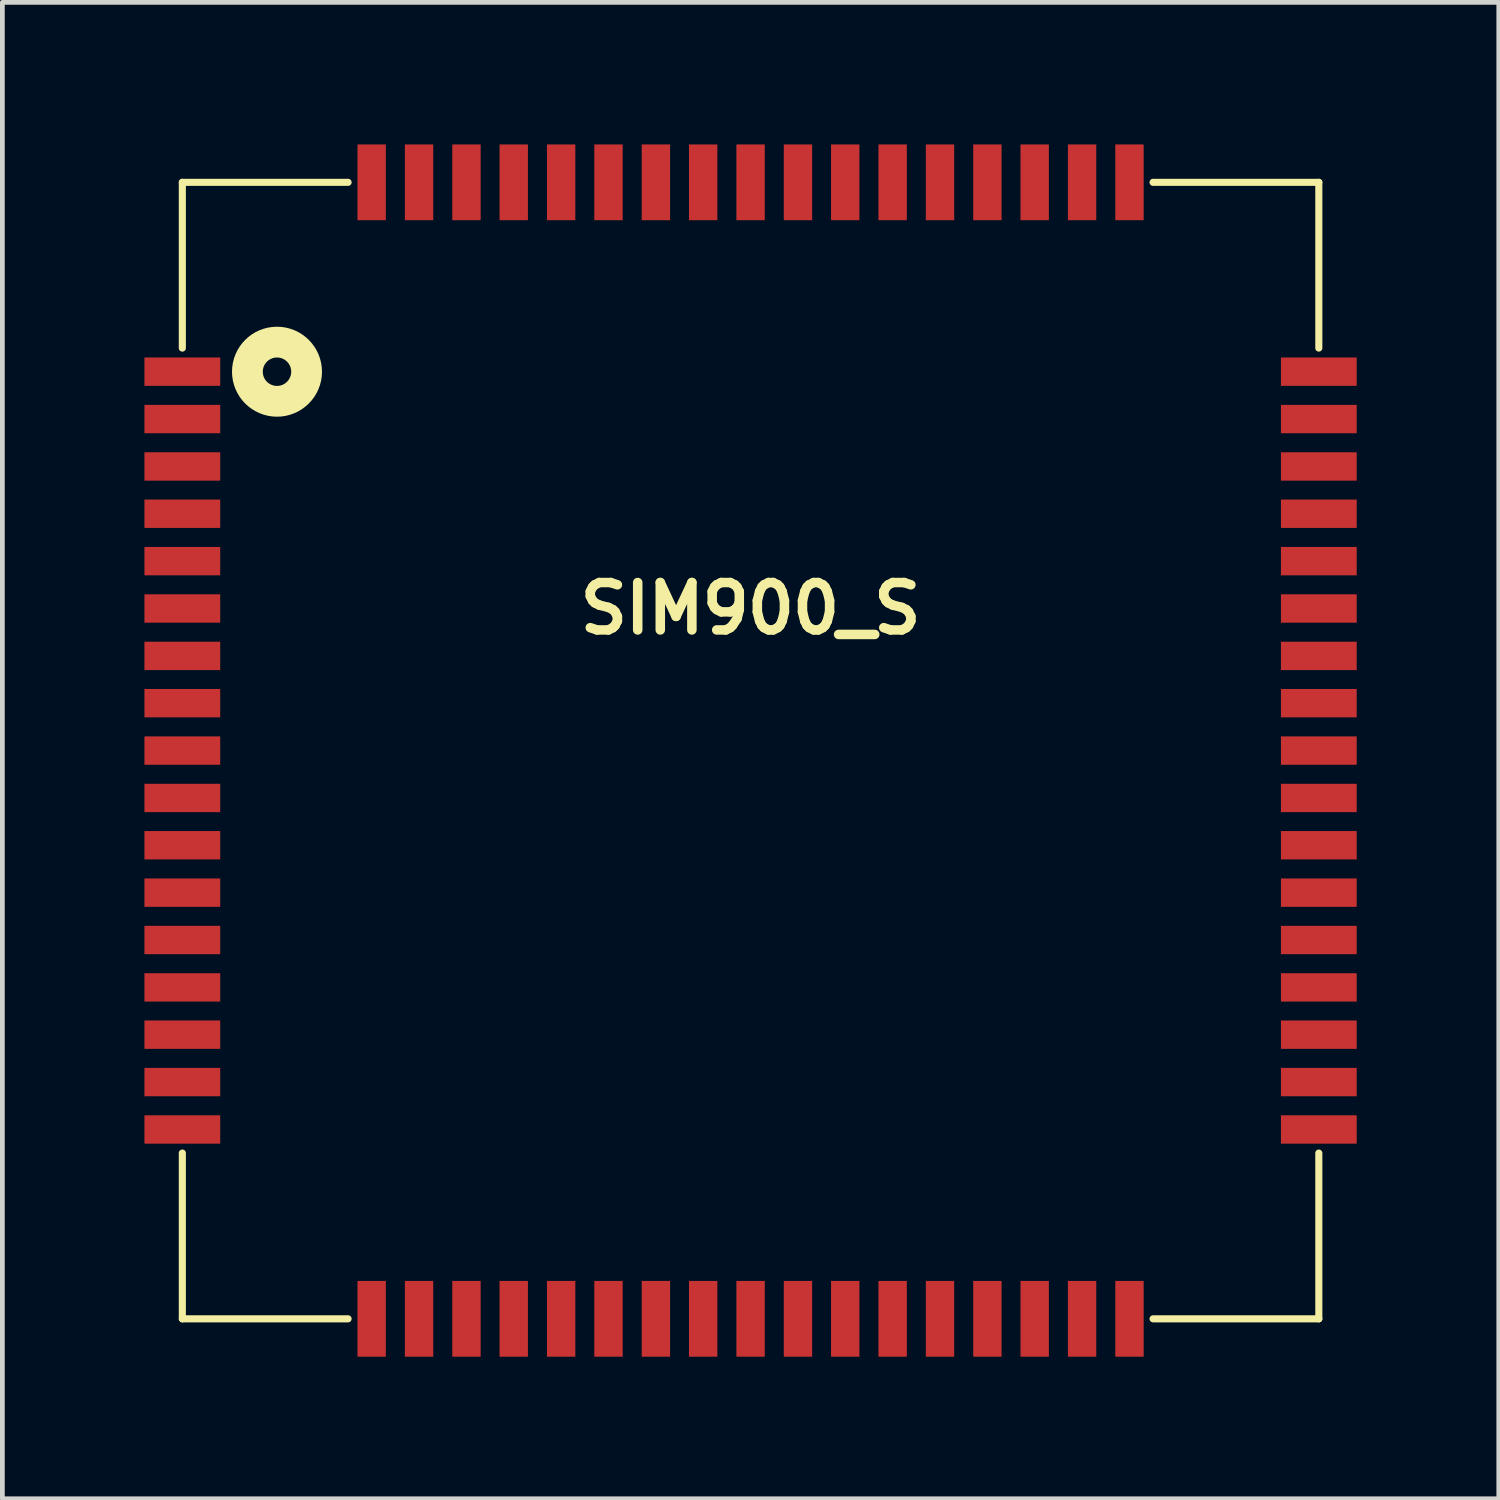
<source format=kicad_pcb>
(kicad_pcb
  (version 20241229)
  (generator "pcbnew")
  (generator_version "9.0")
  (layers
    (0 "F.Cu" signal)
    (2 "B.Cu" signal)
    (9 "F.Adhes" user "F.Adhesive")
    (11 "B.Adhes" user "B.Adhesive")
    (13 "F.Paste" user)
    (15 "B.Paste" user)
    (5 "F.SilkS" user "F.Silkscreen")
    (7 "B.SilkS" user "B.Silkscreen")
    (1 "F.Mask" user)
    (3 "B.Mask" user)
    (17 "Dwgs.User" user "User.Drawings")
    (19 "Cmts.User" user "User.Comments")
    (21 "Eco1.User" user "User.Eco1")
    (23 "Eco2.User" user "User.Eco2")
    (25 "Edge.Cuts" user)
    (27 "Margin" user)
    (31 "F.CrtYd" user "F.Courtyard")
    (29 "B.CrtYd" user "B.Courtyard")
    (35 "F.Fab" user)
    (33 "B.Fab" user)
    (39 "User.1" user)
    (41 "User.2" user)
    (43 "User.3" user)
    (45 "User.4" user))
  (footprint "SIM900_S"
    (layer "F.Cu")
    (at 12.799 12.799)
    (property "Reference" "SIM900_S" (at 0 -3 0) (layer "F.SilkS") (effects (font (size 1.001 1.001) (thickness 0.201))))
    (attr through_hole)
    (fp_line (start -11.999 -11.999) (end -11.999 -8.499) (stroke (width 0.15) (type solid)) (layer "F.SilkS"))
    (fp_line (start -11.999 8.499) (end -11.999 11.999) (stroke (width 0.15) (type solid)) (layer "F.SilkS"))
    (fp_line (start -11.999 11.999) (end -8.499 11.999) (stroke (width 0.15) (type solid)) (layer "F.SilkS"))
    (fp_line (start -8.499 -11.999) (end -11.999 -11.999) (stroke (width 0.15) (type solid)) (layer "F.SilkS"))
    (fp_line (start 8.499 -11.999) (end 11.999 -11.999) (stroke (width 0.15) (type solid)) (layer "F.SilkS"))
    (fp_line (start 8.499 11.999) (end 11.999 11.999) (stroke (width 0.15) (type solid)) (layer "F.SilkS"))
    (fp_line (start 11.999 -11.999) (end 11.999 -8.499) (stroke (width 0.15) (type solid)) (layer "F.SilkS"))
    (fp_line (start 11.999 8.499) (end 11.999 11.999) (stroke (width 0.15) (type solid)) (layer "F.SilkS"))
    (fp_circle (center -10 -8) (end -10 -7.7) (stroke (width 0.65) (type solid)) (fill no) (layer "F.SilkS"))
    (pad "1" smd rect (at -11.999 -8.001) (size 1.6 0.599) (layers "F.Cu" "F.Mask" "F.Paste"))
    (pad "2" smd rect (at -11.999 -7) (size 1.6 0.599) (layers "F.Cu" "F.Mask" "F.Paste"))
    (pad "3" smd rect (at -11.999 -5.999) (size 1.6 0.599) (layers "F.Cu" "F.Mask" "F.Paste"))
    (pad "4" smd rect (at -11.999 -5.001) (size 1.6 0.599) (layers "F.Cu" "F.Mask" "F.Paste"))
    (pad "5" smd rect (at -11.999 -4) (size 1.6 0.599) (layers "F.Cu" "F.Mask" "F.Paste"))
    (pad "6" smd rect (at -11.999 -3) (size 1.6 0.599) (layers "F.Cu" "F.Mask" "F.Paste"))
    (pad "7" smd rect (at -11.999 -1.999) (size 1.6 0.599) (layers "F.Cu" "F.Mask" "F.Paste"))
    (pad "8" smd rect (at -11.999 -1.001) (size 1.6 0.599) (layers "F.Cu" "F.Mask" "F.Paste"))
    (pad "9" smd rect (at -11.999 0) (size 1.6 0.599) (layers "F.Cu" "F.Mask" "F.Paste"))
    (pad "10" smd rect (at -11.999 1.001) (size 1.6 0.599) (layers "F.Cu" "F.Mask" "F.Paste"))
    (pad "11" smd rect (at -11.999 1.999) (size 1.6 0.599) (layers "F.Cu" "F.Mask" "F.Paste"))
    (pad "12" smd rect (at -11.999 3) (size 1.6 0.599) (layers "F.Cu" "F.Mask" "F.Paste"))
    (pad "13" smd rect (at -11.999 4) (size 1.6 0.599) (layers "F.Cu" "F.Mask" "F.Paste"))
    (pad "14" smd rect (at -11.999 5.001) (size 1.6 0.599) (layers "F.Cu" "F.Mask" "F.Paste"))
    (pad "15" smd rect (at -11.999 5.999) (size 1.6 0.599) (layers "F.Cu" "F.Mask" "F.Paste"))
    (pad "16" smd rect (at -11.999 7) (size 1.6 0.599) (layers "F.Cu" "F.Mask" "F.Paste"))
    (pad "17" smd rect (at -11.999 8.001) (size 1.6 0.599) (layers "F.Cu" "F.Mask" "F.Paste"))
    (pad "18" smd rect (at -8.001 11.999) (size 0.599 1.6) (layers "F.Cu" "F.Mask" "F.Paste"))
    (pad "19" smd rect (at -7 11.999) (size 0.599 1.6) (layers "F.Cu" "F.Mask" "F.Paste"))
    (pad "20" smd rect (at -5.999 11.999) (size 0.599 1.6) (layers "F.Cu" "F.Mask" "F.Paste"))
    (pad "21" smd rect (at -5.001 11.999) (size 0.599 1.6) (layers "F.Cu" "F.Mask" "F.Paste"))
    (pad "22" smd rect (at -4 11.999) (size 0.599 1.6) (layers "F.Cu" "F.Mask" "F.Paste"))
    (pad "23" smd rect (at -3 11.999) (size 0.599 1.6) (layers "F.Cu" "F.Mask" "F.Paste"))
    (pad "24" smd rect (at -1.999 11.999) (size 0.599 1.6) (layers "F.Cu" "F.Mask" "F.Paste"))
    (pad "25" smd rect (at -1.001 11.999) (size 0.599 1.6) (layers "F.Cu" "F.Mask" "F.Paste"))
    (pad "26" smd rect (at 0 11.999) (size 0.599 1.6) (layers "F.Cu" "F.Mask" "F.Paste"))
    (pad "27" smd rect (at 1.001 11.999) (size 0.599 1.6) (layers "F.Cu" "F.Mask" "F.Paste"))
    (pad "28" smd rect (at 1.999 11.999) (size 0.599 1.6) (layers "F.Cu" "F.Mask" "F.Paste"))
    (pad "29" smd rect (at 3 11.999) (size 0.599 1.6) (layers "F.Cu" "F.Mask" "F.Paste"))
    (pad "30" smd rect (at 4 11.999) (size 0.599 1.6) (layers "F.Cu" "F.Mask" "F.Paste"))
    (pad "31" smd rect (at 5.001 11.999) (size 0.599 1.6) (layers "F.Cu" "F.Mask" "F.Paste"))
    (pad "32" smd rect (at 5.999 11.999) (size 0.599 1.6) (layers "F.Cu" "F.Mask" "F.Paste"))
    (pad "33" smd rect (at 7 11.999) (size 0.599 1.6) (layers "F.Cu" "F.Mask" "F.Paste"))
    (pad "34" smd rect (at 8.001 11.999) (size 0.599 1.6) (layers "F.Cu" "F.Mask" "F.Paste"))
    (pad "35" smd rect (at 11.999 8.001) (size 1.6 0.599) (layers "F.Cu" "F.Mask" "F.Paste"))
    (pad "36" smd rect (at 11.999 7) (size 1.6 0.599) (layers "F.Cu" "F.Mask" "F.Paste"))
    (pad "37" smd rect (at 11.999 5.999) (size 1.6 0.599) (layers "F.Cu" "F.Mask" "F.Paste"))
    (pad "38" smd rect (at 11.999 5.001) (size 1.6 0.599) (layers "F.Cu" "F.Mask" "F.Paste"))
    (pad "39" smd rect (at 11.999 4) (size 1.6 0.599) (layers "F.Cu" "F.Mask" "F.Paste"))
    (pad "40" smd rect (at 11.999 3) (size 1.6 0.599) (layers "F.Cu" "F.Mask" "F.Paste"))
    (pad "41" smd rect (at 11.999 1.999) (size 1.6 0.599) (layers "F.Cu" "F.Mask" "F.Paste"))
    (pad "42" smd rect (at 11.999 1.001) (size 1.6 0.599) (layers "F.Cu" "F.Mask" "F.Paste"))
    (pad "43" smd rect (at 11.999 0) (size 1.6 0.599) (layers "F.Cu" "F.Mask" "F.Paste"))
    (pad "44" smd rect (at 11.999 -1.001) (size 1.6 0.599) (layers "F.Cu" "F.Mask" "F.Paste"))
    (pad "45" smd rect (at 11.999 -1.999) (size 1.6 0.599) (layers "F.Cu" "F.Mask" "F.Paste"))
    (pad "46" smd rect (at 11.999 -3) (size 1.6 0.599) (layers "F.Cu" "F.Mask" "F.Paste"))
    (pad "47" smd rect (at 11.999 -4) (size 1.6 0.599) (layers "F.Cu" "F.Mask" "F.Paste"))
    (pad "48" smd rect (at 11.999 -5.001) (size 1.6 0.599) (layers "F.Cu" "F.Mask" "F.Paste"))
    (pad "49" smd rect (at 11.999 -5.999) (size 1.6 0.599) (layers "F.Cu" "F.Mask" "F.Paste"))
    (pad "50" smd rect (at 11.999 -7) (size 1.6 0.599) (layers "F.Cu" "F.Mask" "F.Paste"))
    (pad "51" smd rect (at 11.999 -8.001) (size 1.6 0.599) (layers "F.Cu" "F.Mask" "F.Paste"))
    (pad "52" smd rect (at 8.001 -11.999) (size 0.599 1.6) (layers "F.Cu" "F.Mask" "F.Paste"))
    (pad "53" smd rect (at 7 -11.999) (size 0.599 1.6) (layers "F.Cu" "F.Mask" "F.Paste"))
    (pad "54" smd rect (at 5.999 -11.999) (size 0.599 1.6) (layers "F.Cu" "F.Mask" "F.Paste"))
    (pad "55" smd rect (at 5.001 -11.999) (size 0.599 1.6) (layers "F.Cu" "F.Mask" "F.Paste"))
    (pad "56" smd rect (at 4 -11.999) (size 0.599 1.6) (layers "F.Cu" "F.Mask" "F.Paste"))
    (pad "57" smd rect (at 3 -11.999) (size 0.599 1.6) (layers "F.Cu" "F.Mask" "F.Paste"))
    (pad "58" smd rect (at 1.999 -11.999) (size 0.599 1.6) (layers "F.Cu" "F.Mask" "F.Paste"))
    (pad "59" smd rect (at 1.001 -11.999) (size 0.599 1.6) (layers "F.Cu" "F.Mask" "F.Paste"))
    (pad "60" smd rect (at 0 -11.999) (size 0.599 1.6) (layers "F.Cu" "F.Mask" "F.Paste"))
    (pad "61" smd rect (at -1.001 -11.999) (size 0.599 1.6) (layers "F.Cu" "F.Mask" "F.Paste"))
    (pad "62" smd rect (at -1.999 -11.999) (size 0.599 1.6) (layers "F.Cu" "F.Mask" "F.Paste"))
    (pad "63" smd rect (at -3 -11.999) (size 0.599 1.6) (layers "F.Cu" "F.Mask" "F.Paste"))
    (pad "64" smd rect (at -4 -11.999) (size 0.599 1.6) (layers "F.Cu" "F.Mask" "F.Paste"))
    (pad "65" smd rect (at -5.001 -11.999) (size 0.599 1.6) (layers "F.Cu" "F.Mask" "F.Paste"))
    (pad "66" smd rect (at -5.999 -11.999) (size 0.599 1.6) (layers "F.Cu" "F.Mask" "F.Paste"))
    (pad "67" smd rect (at -7 -11.999) (size 0.599 1.6) (layers "F.Cu" "F.Mask" "F.Paste"))
    (pad "68" smd rect (at -8.001 -11.999) (size 0.599 1.6) (layers "F.Cu" "F.Mask" "F.Paste")))
  (gr_rect
    (start -3 -3)
    (end 28.598 28.598)
    (stroke (width 0.1) (type default))
    (fill no)
    (layer "Edge.Cuts")))
</source>
